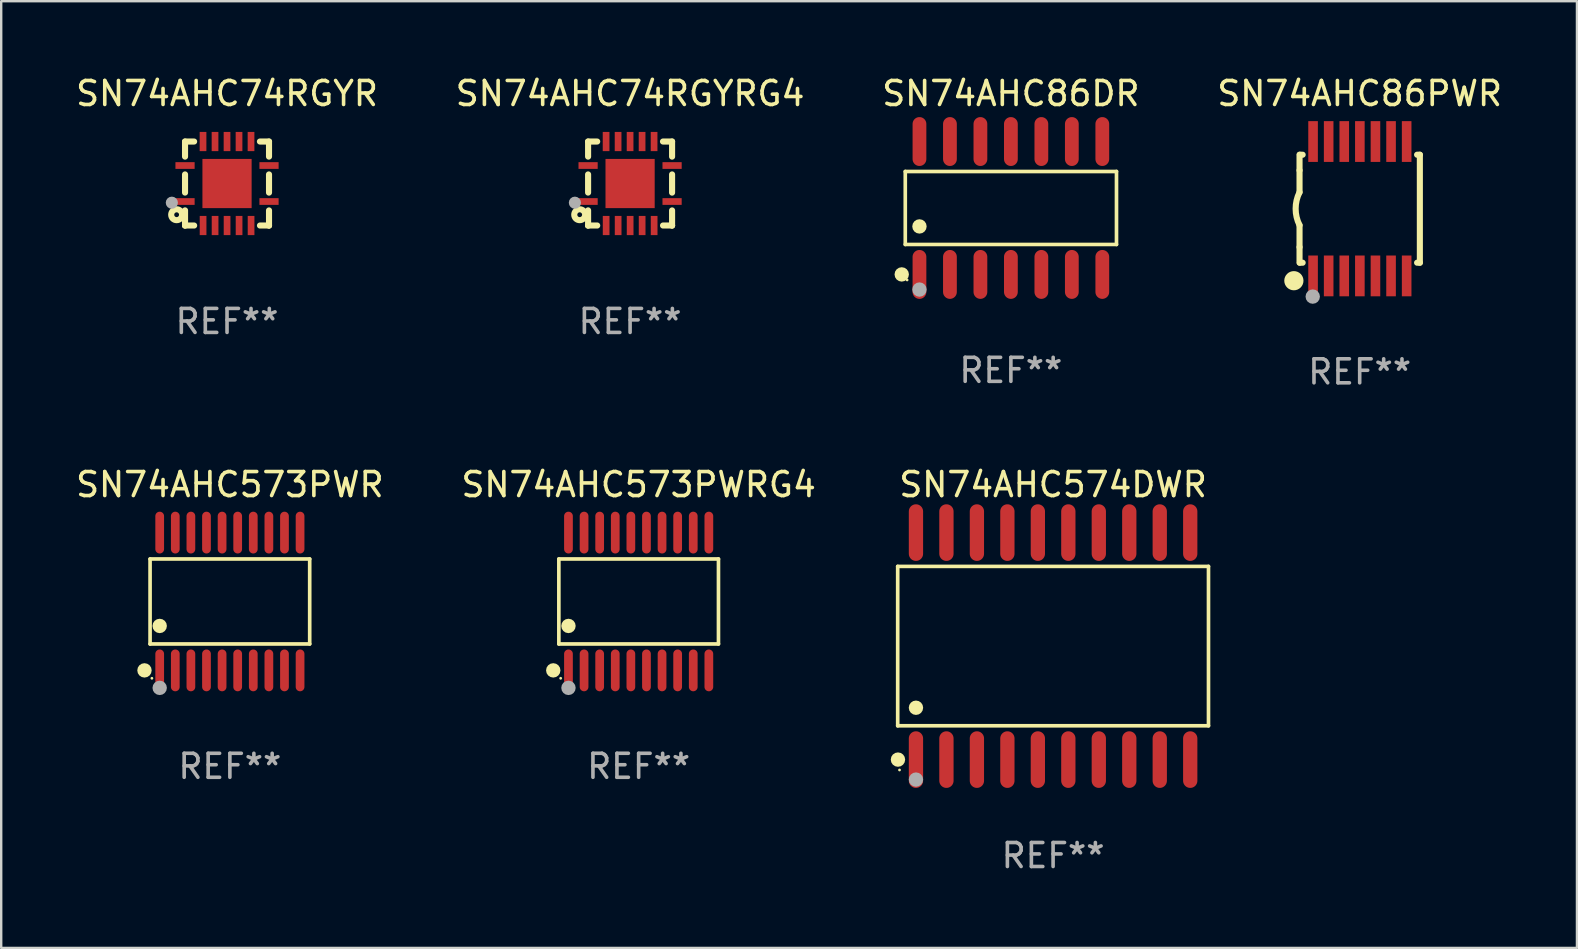
<source format=kicad_pcb>
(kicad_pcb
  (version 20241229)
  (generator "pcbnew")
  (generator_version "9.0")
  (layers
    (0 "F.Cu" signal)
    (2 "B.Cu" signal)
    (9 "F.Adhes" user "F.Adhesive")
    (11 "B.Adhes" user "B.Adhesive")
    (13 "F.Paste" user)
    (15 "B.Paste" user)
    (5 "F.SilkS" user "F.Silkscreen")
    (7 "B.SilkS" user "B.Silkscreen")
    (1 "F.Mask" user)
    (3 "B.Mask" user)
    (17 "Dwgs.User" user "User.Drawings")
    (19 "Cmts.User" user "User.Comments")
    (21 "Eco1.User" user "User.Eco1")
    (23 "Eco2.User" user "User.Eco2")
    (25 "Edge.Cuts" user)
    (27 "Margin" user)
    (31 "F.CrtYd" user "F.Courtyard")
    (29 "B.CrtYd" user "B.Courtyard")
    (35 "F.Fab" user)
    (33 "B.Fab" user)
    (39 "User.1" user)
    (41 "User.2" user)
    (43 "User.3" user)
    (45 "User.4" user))
  (footprint "SN74AHC574DWR"
    (layer "F.Cu")
    (at 40.836 23.875)
    (property "Reference" "SN74AHC574DWR" (at 0 -6.73 0) (layer "F.SilkS") (effects (font (size 1 1) (thickness 0.15))))
    (attr through_hole)
    (fp_line (start -6.476 -3.321) (end 6.476 -3.321) (stroke (width 0.152) (type solid)) (layer "F.SilkS"))
    (fp_line (start -6.476 3.321) (end -6.476 -3.321) (stroke (width 0.152) (type solid)) (layer "F.SilkS"))
    (fp_line (start 6.476 -3.321) (end 6.476 3.321) (stroke (width 0.152) (type solid)) (layer "F.SilkS"))
    (fp_line (start 6.476 3.321) (end -6.476 3.321) (stroke (width 0.152) (type solid)) (layer "F.SilkS"))
    (fp_circle (center -6.465 4.73) (end -6.315 4.73) (stroke (width 0.3) (type solid)) (fill no) (layer "F.SilkS"))
    (fp_circle (center -6.4 5.163) (end -6.37 5.163) (stroke (width 0.06) (type solid)) (fill no) (layer "F.SilkS"))
    (fp_circle (center -5.715 2.569) (end -5.565 2.569) (stroke (width 0.3) (type solid)) (fill no) (layer "F.SilkS"))
    (fp_circle (center -5.715 5.563) (end -5.565 5.563) (stroke (width 0.3) (type solid)) (fill no) (layer "F.Fab"))
    (fp_text user "REF**" (at 0 8.73 0) (layer "F.Fab") (effects (font (size 1 1) (thickness 0.15))))
    (pad "1" smd oval (at -5.715 4.73) (size 0.595 2.36) (layers "F.Cu" "F.Mask" "F.Paste"))
    (pad "2" smd oval (at -4.445 4.73) (size 0.595 2.36) (layers "F.Cu" "F.Mask" "F.Paste"))
    (pad "3" smd oval (at -3.175 4.73) (size 0.595 2.36) (layers "F.Cu" "F.Mask" "F.Paste"))
    (pad "4" smd oval (at -1.905 4.73) (size 0.595 2.36) (layers "F.Cu" "F.Mask" "F.Paste"))
    (pad "5" smd oval (at -0.635 4.73) (size 0.595 2.36) (layers "F.Cu" "F.Mask" "F.Paste"))
    (pad "6" smd oval (at 0.635 4.73) (size 0.595 2.36) (layers "F.Cu" "F.Mask" "F.Paste"))
    (pad "7" smd oval (at 1.905 4.73) (size 0.595 2.36) (layers "F.Cu" "F.Mask" "F.Paste"))
    (pad "8" smd oval (at 3.175 4.73) (size 0.595 2.36) (layers "F.Cu" "F.Mask" "F.Paste"))
    (pad "9" smd oval (at 4.445 4.73) (size 0.595 2.36) (layers "F.Cu" "F.Mask" "F.Paste"))
    (pad "10" smd oval (at 5.715 4.73) (size 0.595 2.36) (layers "F.Cu" "F.Mask" "F.Paste"))
    (pad "11" smd oval (at 5.715 -4.73) (size 0.595 2.36) (layers "F.Cu" "F.Mask" "F.Paste"))
    (pad "12" smd oval (at 4.445 -4.73) (size 0.595 2.36) (layers "F.Cu" "F.Mask" "F.Paste"))
    (pad "13" smd oval (at 3.175 -4.73) (size 0.595 2.36) (layers "F.Cu" "F.Mask" "F.Paste"))
    (pad "14" smd oval (at 1.905 -4.73) (size 0.595 2.36) (layers "F.Cu" "F.Mask" "F.Paste"))
    (pad "15" smd oval (at 0.635 -4.73) (size 0.595 2.36) (layers "F.Cu" "F.Mask" "F.Paste"))
    (pad "16" smd oval (at -0.635 -4.73) (size 0.595 2.36) (layers "F.Cu" "F.Mask" "F.Paste"))
    (pad "17" smd oval (at -1.905 -4.73) (size 0.595 2.36) (layers "F.Cu" "F.Mask" "F.Paste"))
    (pad "18" smd oval (at -3.175 -4.73) (size 0.595 2.36) (layers "F.Cu" "F.Mask" "F.Paste"))
    (pad "19" smd oval (at -4.445 -4.73) (size 0.595 2.36) (layers "F.Cu" "F.Mask" "F.Paste"))
    (pad "20" smd oval (at -5.715 -4.73) (size 0.595 2.36) (layers "F.Cu" "F.Mask" "F.Paste")))
  (footprint "SN74AHC74RGYR"
    (layer "F.Cu")
    (at 6.411 4.598)
    (property "Reference" "SN74AHC74RGYR" (at 0 -3.75 0) (layer "F.SilkS") (effects (font (size 1 1) (thickness 0.15))))
    (attr through_hole)
    (fp_line (start -1.75 1.75) (end -1.37 1.75) (stroke (width 0.254) (type solid)) (layer "F.SilkS"))
    (fp_line (start -1.75 -1.75) (end -1.75 -1.121) (stroke (width 0.254) (type solid)) (layer "F.SilkS"))
    (fp_line (start -1.75 -0.379) (end -1.75 0.377) (stroke (width 0.254) (type solid)) (layer "F.SilkS"))
    (fp_line (start -1.75 1.119) (end -1.75 1.75) (stroke (width 0.254) (type solid)) (layer "F.SilkS"))
    (fp_line (start -1.75 1.75) (end -1.75 1.75) (stroke (width 0.254) (type solid)) (layer "F.SilkS"))
    (fp_line (start -1.371 -1.75) (end -1.75 -1.75) (stroke (width 0.254) (type solid)) (layer "F.SilkS"))
    (fp_line (start 1.373 1.75) (end 1.75 1.75) (stroke (width 0.254) (type solid)) (layer "F.SilkS"))
    (fp_line (start 1.75 1.75) (end 1.75 1.75) (stroke (width 0.254) (type solid)) (layer "F.SilkS"))
    (fp_line (start 1.75 -1.75) (end 1.371 -1.75) (stroke (width 0.254) (type solid)) (layer "F.SilkS"))
    (fp_line (start 1.75 -1.121) (end 1.75 -1.75) (stroke (width 0.254) (type solid)) (layer "F.SilkS"))
    (fp_line (start 1.75 0.379) (end 1.75 -0.379) (stroke (width 0.254) (type solid)) (layer "F.SilkS"))
    (fp_line (start 1.75 1.75) (end 1.75 1.121) (stroke (width 0.254) (type solid)) (layer "F.SilkS"))
    (fp_circle (center -2.1 1.3) (end -2 1.3) (stroke (width 0.254) (type solid)) (fill no) (layer "F.SilkS"))
    (fp_circle (center -1.747 1.751) (end -1.717 1.751) (stroke (width 0.06) (type solid)) (fill no) (layer "F.SilkS"))
    (fp_circle (center -2.3 0.8) (end -2.173 0.8) (stroke (width 0.254) (type solid)) (fill no) (layer "F.Fab"))
    (fp_text user "REF**" (at 0 5.75 0) (layer "F.Fab") (effects (font (size 1 1) (thickness 0.15))))
    (pad "1" smd rect (at -1.75 0.75 270) (size 0.28 0.8) (layers "F.Cu" "F.Mask" "F.Paste"))
    (pad "2" smd rect (at -0.998 1.75 180) (size 0.28 0.8) (layers "F.Cu" "F.Mask" "F.Paste"))
    (pad "3" smd rect (at -0.498 1.75 180) (size 0.28 0.8) (layers "F.Cu" "F.Mask" "F.Paste"))
    (pad "4" smd rect (at 0.002 1.75 180) (size 0.28 0.8) (layers "F.Cu" "F.Mask" "F.Paste"))
    (pad "5" smd rect (at 0.502 1.75 180) (size 0.28 0.8) (layers "F.Cu" "F.Mask" "F.Paste"))
    (pad "6" smd rect (at 1.002 1.75 180) (size 0.28 0.8) (layers "F.Cu" "F.Mask" "F.Paste"))
    (pad "7" smd rect (at 1.75 0.75 270) (size 0.28 0.8) (layers "F.Cu" "F.Mask" "F.Paste"))
    (pad "8" smd rect (at 1.75 -0.75 270) (size 0.28 0.8) (layers "F.Cu" "F.Mask" "F.Paste"))
    (pad "9" smd rect (at 1 -1.75) (size 0.28 0.8) (layers "F.Cu" "F.Mask" "F.Paste"))
    (pad "10" smd rect (at 0.5 -1.75) (size 0.28 0.8) (layers "F.Cu" "F.Mask" "F.Paste"))
    (pad "11" smd rect (at 0 -1.75) (size 0.28 0.8) (layers "F.Cu" "F.Mask" "F.Paste"))
    (pad "12" smd rect (at -0.5 -1.75) (size 0.28 0.8) (layers "F.Cu" "F.Mask" "F.Paste"))
    (pad "13" smd rect (at -1 -1.75) (size 0.28 0.8) (layers "F.Cu" "F.Mask" "F.Paste"))
    (pad "14" smd rect (at -1.75 -0.75 90) (size 0.28 0.8) (layers "F.Cu" "F.Mask" "F.Paste"))
    (pad "15" smd rect (at 0 0 180) (size 2.05 2.05) (layers "F.Cu" "F.Mask" "F.Paste")))
  (footprint "SN74AHC573PWRG4"
    (layer "F.Cu")
    (at 23.565 22.016)
    (property "Reference" "SN74AHC573PWRG4" (at 0 -4.871 0) (layer "F.SilkS") (effects (font (size 1 1) (thickness 0.15))))
    (attr through_hole)
    (fp_line (start -3.326 -1.771) (end 3.326 -1.771) (stroke (width 0.152) (type solid)) (layer "F.SilkS"))
    (fp_line (start -3.326 1.771) (end -3.326 -1.771) (stroke (width 0.152) (type solid)) (layer "F.SilkS"))
    (fp_line (start 3.326 -1.771) (end 3.326 1.771) (stroke (width 0.152) (type solid)) (layer "F.SilkS"))
    (fp_line (start 3.326 1.771) (end -3.326 1.771) (stroke (width 0.152) (type solid)) (layer "F.SilkS"))
    (fp_circle (center -3.559 2.871) (end -3.409 2.871) (stroke (width 0.3) (type solid)) (fill no) (layer "F.SilkS"))
    (fp_circle (center -3.25 3.2) (end -3.22 3.2) (stroke (width 0.06) (type solid)) (fill no) (layer "F.SilkS"))
    (fp_circle (center -2.925 1.019) (end -2.775 1.019) (stroke (width 0.3) (type solid)) (fill no) (layer "F.SilkS"))
    (fp_circle (center -2.925 3.6) (end -2.775 3.6) (stroke (width 0.3) (type solid)) (fill no) (layer "F.Fab"))
    (fp_text user "REF**" (at 0 6.871 0) (layer "F.Fab") (effects (font (size 1 1) (thickness 0.15))))
    (pad "1" smd oval (at -2.925 2.871) (size 0.364 1.742) (layers "F.Cu" "F.Mask" "F.Paste"))
    (pad "2" smd oval (at -2.275 2.871) (size 0.364 1.742) (layers "F.Cu" "F.Mask" "F.Paste"))
    (pad "3" smd oval (at -1.625 2.871) (size 0.364 1.742) (layers "F.Cu" "F.Mask" "F.Paste"))
    (pad "4" smd oval (at -0.975 2.871) (size 0.364 1.742) (layers "F.Cu" "F.Mask" "F.Paste"))
    (pad "5" smd oval (at -0.325 2.871) (size 0.364 1.742) (layers "F.Cu" "F.Mask" "F.Paste"))
    (pad "6" smd oval (at 0.325 2.871) (size 0.364 1.742) (layers "F.Cu" "F.Mask" "F.Paste"))
    (pad "7" smd oval (at 0.975 2.871) (size 0.364 1.742) (layers "F.Cu" "F.Mask" "F.Paste"))
    (pad "8" smd oval (at 1.625 2.871) (size 0.364 1.742) (layers "F.Cu" "F.Mask" "F.Paste"))
    (pad "9" smd oval (at 2.275 2.871) (size 0.364 1.742) (layers "F.Cu" "F.Mask" "F.Paste"))
    (pad "10" smd oval (at 2.925 2.871) (size 0.364 1.742) (layers "F.Cu" "F.Mask" "F.Paste"))
    (pad "11" smd oval (at 2.925 -2.871) (size 0.364 1.742) (layers "F.Cu" "F.Mask" "F.Paste"))
    (pad "12" smd oval (at 2.275 -2.871) (size 0.364 1.742) (layers "F.Cu" "F.Mask" "F.Paste"))
    (pad "13" smd oval (at 1.625 -2.871) (size 0.364 1.742) (layers "F.Cu" "F.Mask" "F.Paste"))
    (pad "14" smd oval (at 0.975 -2.871) (size 0.364 1.742) (layers "F.Cu" "F.Mask" "F.Paste"))
    (pad "15" smd oval (at 0.325 -2.871) (size 0.364 1.742) (layers "F.Cu" "F.Mask" "F.Paste"))
    (pad "16" smd oval (at -0.325 -2.871) (size 0.364 1.742) (layers "F.Cu" "F.Mask" "F.Paste"))
    (pad "17" smd oval (at -0.975 -2.871) (size 0.364 1.742) (layers "F.Cu" "F.Mask" "F.Paste"))
    (pad "18" smd oval (at -1.625 -2.871) (size 0.364 1.742) (layers "F.Cu" "F.Mask" "F.Paste"))
    (pad "19" smd oval (at -2.275 -2.871) (size 0.364 1.742) (layers "F.Cu" "F.Mask" "F.Paste"))
    (pad "20" smd oval (at -2.925 -2.871) (size 0.364 1.742) (layers "F.Cu" "F.Mask" "F.Paste")))
  (footprint "SN74AHC74RGYRG4"
    (layer "F.Cu")
    (at 23.208 4.598)
    (property "Reference" "SN74AHC74RGYRG4" (at 0 -3.75 0) (layer "F.SilkS") (effects (font (size 1 1) (thickness 0.15))))
    (attr through_hole)
    (fp_line (start -1.75 1.75) (end -1.37 1.75) (stroke (width 0.254) (type solid)) (layer "F.SilkS"))
    (fp_line (start -1.75 -1.75) (end -1.75 -1.121) (stroke (width 0.254) (type solid)) (layer "F.SilkS"))
    (fp_line (start -1.75 -0.379) (end -1.75 0.377) (stroke (width 0.254) (type solid)) (layer "F.SilkS"))
    (fp_line (start -1.75 1.119) (end -1.75 1.75) (stroke (width 0.254) (type solid)) (layer "F.SilkS"))
    (fp_line (start -1.75 1.75) (end -1.75 1.75) (stroke (width 0.254) (type solid)) (layer "F.SilkS"))
    (fp_line (start -1.371 -1.75) (end -1.75 -1.75) (stroke (width 0.254) (type solid)) (layer "F.SilkS"))
    (fp_line (start 1.373 1.75) (end 1.75 1.75) (stroke (width 0.254) (type solid)) (layer "F.SilkS"))
    (fp_line (start 1.75 1.75) (end 1.75 1.75) (stroke (width 0.254) (type solid)) (layer "F.SilkS"))
    (fp_line (start 1.75 -1.75) (end 1.371 -1.75) (stroke (width 0.254) (type solid)) (layer "F.SilkS"))
    (fp_line (start 1.75 -1.121) (end 1.75 -1.75) (stroke (width 0.254) (type solid)) (layer "F.SilkS"))
    (fp_line (start 1.75 0.379) (end 1.75 -0.379) (stroke (width 0.254) (type solid)) (layer "F.SilkS"))
    (fp_line (start 1.75 1.75) (end 1.75 1.121) (stroke (width 0.254) (type solid)) (layer "F.SilkS"))
    (fp_circle (center -2.1 1.3) (end -2 1.3) (stroke (width 0.254) (type solid)) (fill no) (layer "F.SilkS"))
    (fp_circle (center -1.747 1.751) (end -1.717 1.751) (stroke (width 0.06) (type solid)) (fill no) (layer "F.SilkS"))
    (fp_circle (center -2.3 0.8) (end -2.173 0.8) (stroke (width 0.254) (type solid)) (fill no) (layer "F.Fab"))
    (fp_text user "REF**" (at 0 5.75 0) (layer "F.Fab") (effects (font (size 1 1) (thickness 0.15))))
    (pad "1" smd rect (at -1.75 0.75 270) (size 0.28 0.8) (layers "F.Cu" "F.Mask" "F.Paste"))
    (pad "2" smd rect (at -0.998 1.75 180) (size 0.28 0.8) (layers "F.Cu" "F.Mask" "F.Paste"))
    (pad "3" smd rect (at -0.498 1.75 180) (size 0.28 0.8) (layers "F.Cu" "F.Mask" "F.Paste"))
    (pad "4" smd rect (at 0.002 1.75 180) (size 0.28 0.8) (layers "F.Cu" "F.Mask" "F.Paste"))
    (pad "5" smd rect (at 0.502 1.75 180) (size 0.28 0.8) (layers "F.Cu" "F.Mask" "F.Paste"))
    (pad "6" smd rect (at 1.002 1.75 180) (size 0.28 0.8) (layers "F.Cu" "F.Mask" "F.Paste"))
    (pad "7" smd rect (at 1.75 0.75 270) (size 0.28 0.8) (layers "F.Cu" "F.Mask" "F.Paste"))
    (pad "8" smd rect (at 1.75 -0.75 270) (size 0.28 0.8) (layers "F.Cu" "F.Mask" "F.Paste"))
    (pad "9" smd rect (at 1 -1.75) (size 0.28 0.8) (layers "F.Cu" "F.Mask" "F.Paste"))
    (pad "10" smd rect (at 0.5 -1.75) (size 0.28 0.8) (layers "F.Cu" "F.Mask" "F.Paste"))
    (pad "11" smd rect (at 0 -1.75) (size 0.28 0.8) (layers "F.Cu" "F.Mask" "F.Paste"))
    (pad "12" smd rect (at -0.5 -1.75) (size 0.28 0.8) (layers "F.Cu" "F.Mask" "F.Paste"))
    (pad "13" smd rect (at -1 -1.75) (size 0.28 0.8) (layers "F.Cu" "F.Mask" "F.Paste"))
    (pad "14" smd rect (at -1.75 -0.75 90) (size 0.28 0.8) (layers "F.Cu" "F.Mask" "F.Paste"))
    (pad "15" smd rect (at 0 0 180) (size 2.05 2.05) (layers "F.Cu" "F.Mask" "F.Paste")))
  (footprint "SN74AHC86PWR"
    (layer "F.Cu")
    (at 53.613 5.648)
    (property "Reference" "SN74AHC86PWR" (at 0 -4.8 0) (layer "F.SilkS") (effects (font (size 1 1) (thickness 0.15))))
    (attr through_hole)
    (fp_line (start -2.507 -1.6) (end -2.507 -2.25) (stroke (width 0.254) (type solid)) (layer "F.SilkS"))
    (fp_line (start -2.507 -0.686) (end -2.507 -1.6) (stroke (width 0.254) (type solid)) (layer "F.SilkS"))
    (fp_line (start -2.507 1.6) (end -2.507 0.686) (stroke (width 0.254) (type solid)) (layer "F.SilkS"))
    (fp_line (start -2.507 1.6) (end -2.507 2.25) (stroke (width 0.254) (type solid)) (layer "F.SilkS"))
    (fp_line (start -2.493 -2.25) (end -2.377 -2.25) (stroke (width 0.254) (type solid)) (layer "F.SilkS"))
    (fp_line (start -2.377 2.25) (end -2.493 2.25) (stroke (width 0.254) (type solid)) (layer "F.SilkS"))
    (fp_line (start 2.392 -2.25) (end 2.507 -2.25) (stroke (width 0.254) (type solid)) (layer "F.SilkS"))
    (fp_line (start 2.507 -2.25) (end 2.507 2.25) (stroke (width 0.254) (type solid)) (layer "F.SilkS"))
    (fp_line (start 2.507 2.25) (end 2.392 2.25) (stroke (width 0.254) (type solid)) (layer "F.SilkS"))
    (fp_arc (start -2.507303 0.685802) (mid -2.669199 0) (end -2.507303 -0.685801) (stroke (width 0.254001) (type solid)) (layer "F.SilkS"))
    (fp_circle (center -2.743 3) (end -2.543 3) (stroke (width 0.4) (type solid)) (fill no) (layer "F.SilkS"))
    (fp_circle (center -2.493 3.2) (end -2.463 3.2) (stroke (width 0.06) (type solid)) (fill no) (layer "F.SilkS"))
    (fp_circle (center -1.957 3.662) (end -1.807 3.662) (stroke (width 0.3) (type solid)) (fill no) (layer "F.Fab"))
    (fp_text user "REF**" (at 0 6.8 0) (layer "F.Fab") (effects (font (size 1 1) (thickness 0.15))))
    (pad "1" smd rect (at -1.943 2.8) (size 0.4 1.7) (layers "F.Cu" "F.Mask" "F.Paste"))
    (pad "2" smd rect (at -1.293 2.8) (size 0.4 1.7) (layers "F.Cu" "F.Mask" "F.Paste"))
    (pad "3" smd rect (at -0.643 2.8) (size 0.4 1.7) (layers "F.Cu" "F.Mask" "F.Paste"))
    (pad "4" smd rect (at 0.007 2.8) (size 0.4 1.7) (layers "F.Cu" "F.Mask" "F.Paste"))
    (pad "5" smd rect (at 0.657 2.8) (size 0.4 1.7) (layers "F.Cu" "F.Mask" "F.Paste"))
    (pad "6" smd rect (at 1.307 2.8) (size 0.4 1.7) (layers "F.Cu" "F.Mask" "F.Paste"))
    (pad "7" smd rect (at 1.957 2.8) (size 0.4 1.7) (layers "F.Cu" "F.Mask" "F.Paste"))
    (pad "8" smd rect (at 1.957 -2.8) (size 0.4 1.7) (layers "F.Cu" "F.Mask" "F.Paste"))
    (pad "9" smd rect (at 1.307 -2.8) (size 0.4 1.7) (layers "F.Cu" "F.Mask" "F.Paste"))
    (pad "10" smd rect (at 0.657 -2.8) (size 0.4 1.7) (layers "F.Cu" "F.Mask" "F.Paste"))
    (pad "11" smd rect (at 0.007 -2.8) (size 0.4 1.7) (layers "F.Cu" "F.Mask" "F.Paste"))
    (pad "12" smd rect (at -0.643 -2.8) (size 0.4 1.7) (layers "F.Cu" "F.Mask" "F.Paste"))
    (pad "13" smd rect (at -1.293 -2.8) (size 0.4 1.7) (layers "F.Cu" "F.Mask" "F.Paste"))
    (pad "14" smd rect (at -1.943 -2.8) (size 0.4 1.7) (layers "F.Cu" "F.Mask" "F.Paste")))
  (footprint "SN74AHC86DR"
    (layer "F.Cu")
    (at 39.077 5.617)
    (property "Reference" "SN74AHC86DR" (at 0 -4.769 0) (layer "F.SilkS") (effects (font (size 1 1) (thickness 0.15))))
    (attr through_hole)
    (fp_line (start -4.401 -1.521) (end 4.401 -1.521) (stroke (width 0.152) (type solid)) (layer "F.SilkS"))
    (fp_line (start -4.401 1.521) (end -4.401 -1.521) (stroke (width 0.152) (type solid)) (layer "F.SilkS"))
    (fp_line (start 4.401 -1.521) (end 4.401 1.521) (stroke (width 0.152) (type solid)) (layer "F.SilkS"))
    (fp_line (start 4.401 1.521) (end -4.401 1.521) (stroke (width 0.152) (type solid)) (layer "F.SilkS"))
    (fp_circle (center -4.549 2.769) (end -4.399 2.769) (stroke (width 0.3) (type solid)) (fill no) (layer "F.SilkS"))
    (fp_circle (center -4.325 3) (end -4.295 3) (stroke (width 0.06) (type solid)) (fill no) (layer "F.SilkS"))
    (fp_circle (center -3.81 0.769) (end -3.66 0.769) (stroke (width 0.3) (type solid)) (fill no) (layer "F.SilkS"))
    (fp_circle (center -3.81 3.4) (end -3.66 3.4) (stroke (width 0.3) (type solid)) (fill no) (layer "F.Fab"))
    (fp_text user "REF**" (at 0 6.769 0) (layer "F.Fab") (effects (font (size 1 1) (thickness 0.15))))
    (pad "1" smd oval (at -3.81 2.769) (size 0.574 2.038) (layers "F.Cu" "F.Mask" "F.Paste"))
    (pad "2" smd oval (at -2.54 2.769) (size 0.574 2.038) (layers "F.Cu" "F.Mask" "F.Paste"))
    (pad "3" smd oval (at -1.27 2.769) (size 0.574 2.038) (layers "F.Cu" "F.Mask" "F.Paste"))
    (pad "4" smd oval (at 0 2.769) (size 0.574 2.038) (layers "F.Cu" "F.Mask" "F.Paste"))
    (pad "5" smd oval (at 1.27 2.769) (size 0.574 2.038) (layers "F.Cu" "F.Mask" "F.Paste"))
    (pad "6" smd oval (at 2.54 2.769) (size 0.574 2.038) (layers "F.Cu" "F.Mask" "F.Paste"))
    (pad "7" smd oval (at 3.81 2.769) (size 0.574 2.038) (layers "F.Cu" "F.Mask" "F.Paste"))
    (pad "8" smd oval (at 3.81 -2.769) (size 0.574 2.038) (layers "F.Cu" "F.Mask" "F.Paste"))
    (pad "9" smd oval (at 2.54 -2.769) (size 0.574 2.038) (layers "F.Cu" "F.Mask" "F.Paste"))
    (pad "10" smd oval (at 1.27 -2.769) (size 0.574 2.038) (layers "F.Cu" "F.Mask" "F.Paste"))
    (pad "11" smd oval (at 0 -2.769) (size 0.574 2.038) (layers "F.Cu" "F.Mask" "F.Paste"))
    (pad "12" smd oval (at -1.27 -2.769) (size 0.574 2.038) (layers "F.Cu" "F.Mask" "F.Paste"))
    (pad "13" smd oval (at -2.54 -2.769) (size 0.574 2.038) (layers "F.Cu" "F.Mask" "F.Paste"))
    (pad "14" smd oval (at -3.81 -2.769) (size 0.574 2.038) (layers "F.Cu" "F.Mask" "F.Paste")))
  (footprint "SN74AHC573PWR"
    (layer "F.Cu")
    (at 6.53 22.016)
    (property "Reference" "SN74AHC573PWR" (at 0 -4.871 0) (layer "F.SilkS") (effects (font (size 1 1) (thickness 0.15))))
    (attr through_hole)
    (fp_line (start -3.326 -1.771) (end 3.326 -1.771) (stroke (width 0.152) (type solid)) (layer "F.SilkS"))
    (fp_line (start -3.326 1.771) (end -3.326 -1.771) (stroke (width 0.152) (type solid)) (layer "F.SilkS"))
    (fp_line (start 3.326 -1.771) (end 3.326 1.771) (stroke (width 0.152) (type solid)) (layer "F.SilkS"))
    (fp_line (start 3.326 1.771) (end -3.326 1.771) (stroke (width 0.152) (type solid)) (layer "F.SilkS"))
    (fp_circle (center -3.559 2.871) (end -3.409 2.871) (stroke (width 0.3) (type solid)) (fill no) (layer "F.SilkS"))
    (fp_circle (center -3.25 3.2) (end -3.22 3.2) (stroke (width 0.06) (type solid)) (fill no) (layer "F.SilkS"))
    (fp_circle (center -2.925 1.019) (end -2.775 1.019) (stroke (width 0.3) (type solid)) (fill no) (layer "F.SilkS"))
    (fp_circle (center -2.925 3.6) (end -2.775 3.6) (stroke (width 0.3) (type solid)) (fill no) (layer "F.Fab"))
    (fp_text user "REF**" (at 0 6.871 0) (layer "F.Fab") (effects (font (size 1 1) (thickness 0.15))))
    (pad "1" smd oval (at -2.925 2.871) (size 0.364 1.742) (layers "F.Cu" "F.Mask" "F.Paste"))
    (pad "2" smd oval (at -2.275 2.871) (size 0.364 1.742) (layers "F.Cu" "F.Mask" "F.Paste"))
    (pad "3" smd oval (at -1.625 2.871) (size 0.364 1.742) (layers "F.Cu" "F.Mask" "F.Paste"))
    (pad "4" smd oval (at -0.975 2.871) (size 0.364 1.742) (layers "F.Cu" "F.Mask" "F.Paste"))
    (pad "5" smd oval (at -0.325 2.871) (size 0.364 1.742) (layers "F.Cu" "F.Mask" "F.Paste"))
    (pad "6" smd oval (at 0.325 2.871) (size 0.364 1.742) (layers "F.Cu" "F.Mask" "F.Paste"))
    (pad "7" smd oval (at 0.975 2.871) (size 0.364 1.742) (layers "F.Cu" "F.Mask" "F.Paste"))
    (pad "8" smd oval (at 1.625 2.871) (size 0.364 1.742) (layers "F.Cu" "F.Mask" "F.Paste"))
    (pad "9" smd oval (at 2.275 2.871) (size 0.364 1.742) (layers "F.Cu" "F.Mask" "F.Paste"))
    (pad "10" smd oval (at 2.925 2.871) (size 0.364 1.742) (layers "F.Cu" "F.Mask" "F.Paste"))
    (pad "11" smd oval (at 2.925 -2.871) (size 0.364 1.742) (layers "F.Cu" "F.Mask" "F.Paste"))
    (pad "12" smd oval (at 2.275 -2.871) (size 0.364 1.742) (layers "F.Cu" "F.Mask" "F.Paste"))
    (pad "13" smd oval (at 1.625 -2.871) (size 0.364 1.742) (layers "F.Cu" "F.Mask" "F.Paste"))
    (pad "14" smd oval (at 0.975 -2.871) (size 0.364 1.742) (layers "F.Cu" "F.Mask" "F.Paste"))
    (pad "15" smd oval (at 0.325 -2.871) (size 0.364 1.742) (layers "F.Cu" "F.Mask" "F.Paste"))
    (pad "16" smd oval (at -0.325 -2.871) (size 0.364 1.742) (layers "F.Cu" "F.Mask" "F.Paste"))
    (pad "17" smd oval (at -0.975 -2.871) (size 0.364 1.742) (layers "F.Cu" "F.Mask" "F.Paste"))
    (pad "18" smd oval (at -1.625 -2.871) (size 0.364 1.742) (layers "F.Cu" "F.Mask" "F.Paste"))
    (pad "19" smd oval (at -2.275 -2.871) (size 0.364 1.742) (layers "F.Cu" "F.Mask" "F.Paste"))
    (pad "20" smd oval (at -2.925 -2.871) (size 0.364 1.742) (layers "F.Cu" "F.Mask" "F.Paste")))
  (gr_rect
    (start -3 -3)
    (end 62.667 36.453)
    (stroke (width 0.1) (type default))
    (fill no)
    (layer "Edge.Cuts")))
</source>
